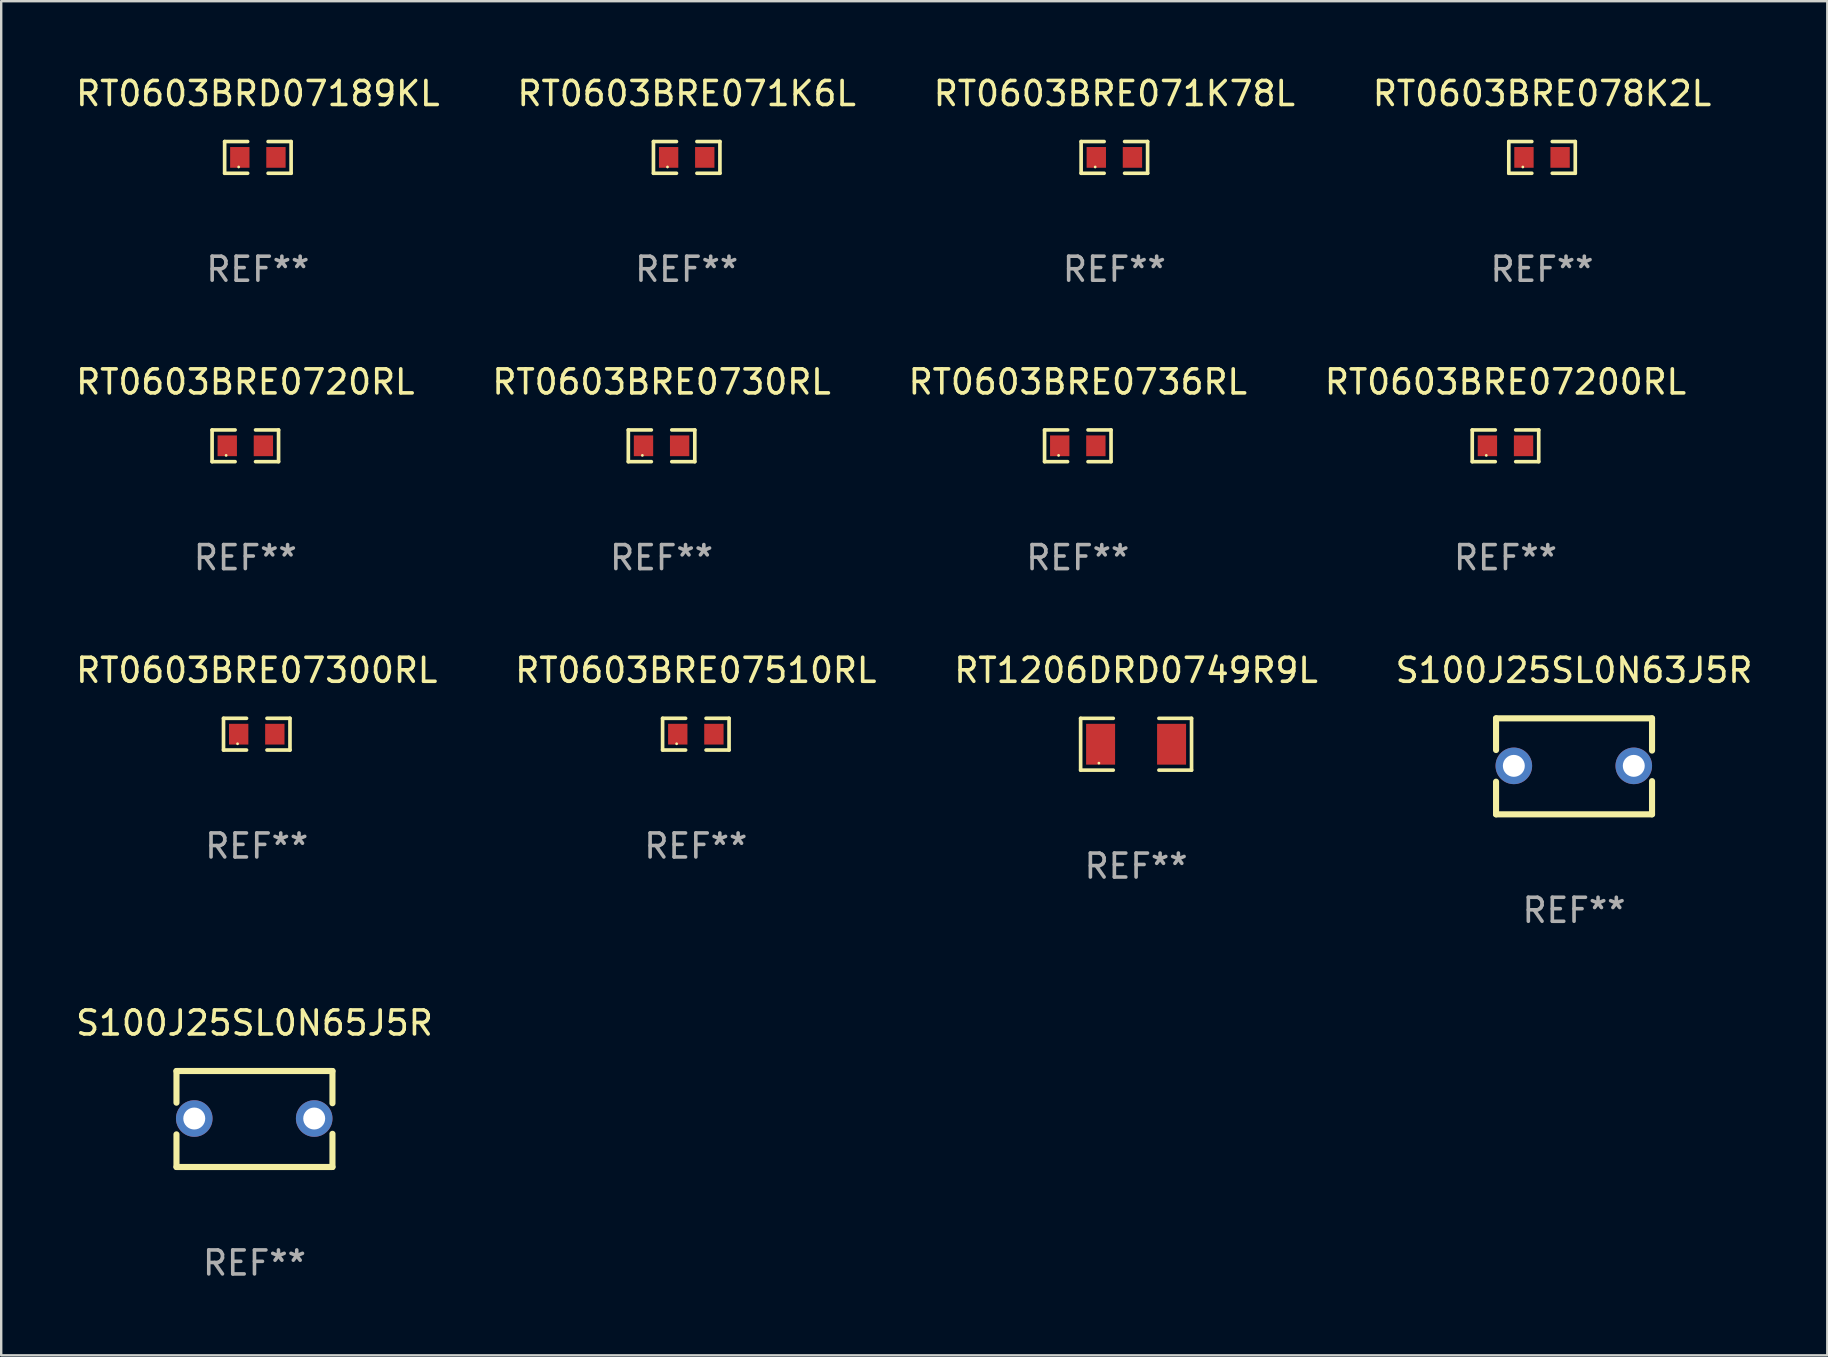
<source format=kicad_pcb>
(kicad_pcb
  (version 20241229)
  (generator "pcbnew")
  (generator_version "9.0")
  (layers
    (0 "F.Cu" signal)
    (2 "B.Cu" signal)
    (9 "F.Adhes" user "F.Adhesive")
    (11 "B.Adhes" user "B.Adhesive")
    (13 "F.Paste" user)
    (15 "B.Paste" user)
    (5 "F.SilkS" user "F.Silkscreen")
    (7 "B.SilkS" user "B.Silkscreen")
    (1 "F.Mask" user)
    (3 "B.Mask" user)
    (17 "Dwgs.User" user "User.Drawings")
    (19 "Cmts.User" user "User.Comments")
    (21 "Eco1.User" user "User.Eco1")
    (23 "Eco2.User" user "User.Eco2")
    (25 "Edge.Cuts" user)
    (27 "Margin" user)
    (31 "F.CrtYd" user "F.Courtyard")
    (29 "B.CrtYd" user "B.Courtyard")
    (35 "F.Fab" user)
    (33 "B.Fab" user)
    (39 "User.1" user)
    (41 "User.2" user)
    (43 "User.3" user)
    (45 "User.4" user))
  (footprint "RT0603BRE071K78L"
    (layer "F.Cu")
    (at 43.387 3.509)
    (property "Reference" "RT0603BRE071K78L" (at 0 -2.661 0) (layer "F.SilkS") (effects (font (size 1 1) (thickness 0.15))))
    (attr through_hole)
    (fp_line (start -1.385 -0.661) (end -0.426 -0.661) (stroke (width 0.152) (type solid)) (layer "F.SilkS"))
    (fp_line (start -1.385 0.661) (end -1.385 -0.661) (stroke (width 0.152) (type solid)) (layer "F.SilkS"))
    (fp_line (start -0.426 0.661) (end -1.385 0.661) (stroke (width 0.152) (type solid)) (layer "F.SilkS"))
    (fp_line (start 0.426 0.661) (end 1.385 0.661) (stroke (width 0.152) (type solid)) (layer "F.SilkS"))
    (fp_line (start 1.385 -0.661) (end 0.426 -0.661) (stroke (width 0.152) (type solid)) (layer "F.SilkS"))
    (fp_line (start 1.385 0.661) (end 1.385 -0.661) (stroke (width 0.152) (type solid)) (layer "F.SilkS"))
    (fp_circle (center -0.8 0.4) (end -0.77 0.4) (stroke (width 0.06) (type solid)) (fill no) (layer "F.SilkS"))
    (fp_text user "REF**" (at 0 4.661 0) (layer "F.Fab") (effects (font (size 1 1) (thickness 0.15))))
    (pad "1" smd rect (at -0.753 0) (size 0.806 0.864) (layers "F.Cu" "F.Mask" "F.Paste"))
    (pad "2" smd rect (at 0.753 0) (size 0.806 0.864) (layers "F.Cu" "F.Mask" "F.Paste")))
  (footprint "RT1206DRD0749R9L"
    (layer "F.Cu")
    (at 44.292 27.963)
    (property "Reference" "RT1206DRD0749R9L" (at 0 -3.079 0) (layer "F.SilkS") (effects (font (size 1 1) (thickness 0.15))))
    (attr through_hole)
    (fp_line (start -2.311 -1.079) (end -0.951 -1.079) (stroke (width 0.152) (type solid)) (layer "F.SilkS"))
    (fp_line (start -2.311 1.079) (end -2.311 -1.079) (stroke (width 0.152) (type solid)) (layer "F.SilkS"))
    (fp_line (start -0.951 1.079) (end -2.311 1.079) (stroke (width 0.152) (type solid)) (layer "F.SilkS"))
    (fp_line (start 0.951 1.079) (end 2.311 1.079) (stroke (width 0.152) (type solid)) (layer "F.SilkS"))
    (fp_line (start 2.311 -1.079) (end 0.951 -1.079) (stroke (width 0.152) (type solid)) (layer "F.SilkS"))
    (fp_line (start 2.311 1.079) (end 2.311 -1.079) (stroke (width 0.152) (type solid)) (layer "F.SilkS"))
    (fp_circle (center -1.55 0.787) (end -1.52 0.787) (stroke (width 0.06) (type solid)) (fill no) (layer "F.SilkS"))
    (fp_text user "REF**" (at 0 5.079 0) (layer "F.Fab") (effects (font (size 1 1) (thickness 0.15))))
    (pad "1" smd rect (at -1.479 0) (size 1.208 1.701) (layers "F.Cu" "F.Mask" "F.Paste"))
    (pad "2" smd rect (at 1.479 0) (size 1.208 1.701) (layers "F.Cu" "F.Mask" "F.Paste")))
  (footprint "S100J25SL0N63J5R"
    (layer "F.Cu")
    (at 62.542 28.884)
    (property "Reference" "S100J25SL0N63J5R" (at 0 -4 0) (layer "F.SilkS") (effects (font (size 1 1) (thickness 0.15))))
    (attr through_hole)
    (fp_line (start -3.25 -2) (end -3.25 -0.68) (stroke (width 0.254) (type solid)) (layer "F.SilkS"))
    (fp_line (start -3.25 -2) (end 3.25 -2) (stroke (width 0.254) (type solid)) (layer "F.SilkS"))
    (fp_line (start -3.25 0.64) (end -3.25 2) (stroke (width 0.254) (type solid)) (layer "F.SilkS"))
    (fp_line (start 3.25 -2) (end 3.25 -0.657) (stroke (width 0.254) (type solid)) (layer "F.SilkS"))
    (fp_line (start 3.25 0.617) (end 3.25 2) (stroke (width 0.254) (type solid)) (layer "F.SilkS"))
    (fp_line (start 3.25 2) (end -3.25 2) (stroke (width 0.254) (type solid)) (layer "F.SilkS"))
    (fp_circle (center -3.26 1.98) (end -3.23 1.98) (stroke (width 0.06) (type solid)) (fill no) (layer "F.SilkS"))
    (fp_text user "REF**" (at 0 6 0) (layer "F.Fab") (effects (font (size 1 1) (thickness 0.15))))
    (pad "1" thru_hole circle (at -2.509 -0.02) (size 1.524 1.524) (drill 0.914) (layers "*.Cu" "*.Mask"))
    (pad "2" thru_hole circle (at 2.489 -0.02) (size 1.524 1.524) (drill 0.914) (layers "*.Cu" "*.Mask")))
  (footprint "S100J25SL0N65J5R"
    (layer "F.Cu")
    (at 7.554 43.58)
    (property "Reference" "S100J25SL0N65J5R" (at 0 -4 0) (layer "F.SilkS") (effects (font (size 1 1) (thickness 0.15))))
    (attr through_hole)
    (fp_line (start -3.25 -2) (end -3.25 -0.68) (stroke (width 0.254) (type solid)) (layer "F.SilkS"))
    (fp_line (start -3.25 -2) (end 3.25 -2) (stroke (width 0.254) (type solid)) (layer "F.SilkS"))
    (fp_line (start -3.25 0.64) (end -3.25 2) (stroke (width 0.254) (type solid)) (layer "F.SilkS"))
    (fp_line (start 3.25 -2) (end 3.25 -0.657) (stroke (width 0.254) (type solid)) (layer "F.SilkS"))
    (fp_line (start 3.25 0.617) (end 3.25 2) (stroke (width 0.254) (type solid)) (layer "F.SilkS"))
    (fp_line (start 3.25 2) (end -3.25 2) (stroke (width 0.254) (type solid)) (layer "F.SilkS"))
    (fp_circle (center -3.26 1.98) (end -3.23 1.98) (stroke (width 0.06) (type solid)) (fill no) (layer "F.SilkS"))
    (fp_text user "REF**" (at 0 6 0) (layer "F.Fab") (effects (font (size 1 1) (thickness 0.15))))
    (pad "1" thru_hole circle (at -2.509 -0.02) (size 1.524 1.524) (drill 0.914) (layers "*.Cu" "*.Mask"))
    (pad "2" thru_hole circle (at 2.489 -0.02) (size 1.524 1.524) (drill 0.914) (layers "*.Cu" "*.Mask")))
  (footprint "RT0603BRE0720RL"
    (layer "F.Cu")
    (at 7.173 15.527)
    (property "Reference" "RT0603BRE0720RL" (at 0 -2.661 0) (layer "F.SilkS") (effects (font (size 1 1) (thickness 0.15))))
    (attr through_hole)
    (fp_line (start -1.385 -0.661) (end -0.426 -0.661) (stroke (width 0.152) (type solid)) (layer "F.SilkS"))
    (fp_line (start -1.385 0.661) (end -1.385 -0.661) (stroke (width 0.152) (type solid)) (layer "F.SilkS"))
    (fp_line (start -0.426 0.661) (end -1.385 0.661) (stroke (width 0.152) (type solid)) (layer "F.SilkS"))
    (fp_line (start 0.426 0.661) (end 1.385 0.661) (stroke (width 0.152) (type solid)) (layer "F.SilkS"))
    (fp_line (start 1.385 -0.661) (end 0.426 -0.661) (stroke (width 0.152) (type solid)) (layer "F.SilkS"))
    (fp_line (start 1.385 0.661) (end 1.385 -0.661) (stroke (width 0.152) (type solid)) (layer "F.SilkS"))
    (fp_circle (center -0.8 0.4) (end -0.77 0.4) (stroke (width 0.06) (type solid)) (fill no) (layer "F.SilkS"))
    (fp_text user "REF**" (at 0 4.661 0) (layer "F.Fab") (effects (font (size 1 1) (thickness 0.15))))
    (pad "1" smd rect (at -0.753 0) (size 0.806 0.864) (layers "F.Cu" "F.Mask" "F.Paste"))
    (pad "2" smd rect (at 0.753 0) (size 0.806 0.864) (layers "F.Cu" "F.Mask" "F.Paste")))
  (footprint "RT0603BRE0730RL"
    (layer "F.Cu")
    (at 24.518 15.527)
    (property "Reference" "RT0603BRE0730RL" (at 0 -2.661 0) (layer "F.SilkS") (effects (font (size 1 1) (thickness 0.15))))
    (attr through_hole)
    (fp_line (start -1.385 -0.661) (end -0.426 -0.661) (stroke (width 0.152) (type solid)) (layer "F.SilkS"))
    (fp_line (start -1.385 0.661) (end -1.385 -0.661) (stroke (width 0.152) (type solid)) (layer "F.SilkS"))
    (fp_line (start -0.426 0.661) (end -1.385 0.661) (stroke (width 0.152) (type solid)) (layer "F.SilkS"))
    (fp_line (start 0.426 0.661) (end 1.385 0.661) (stroke (width 0.152) (type solid)) (layer "F.SilkS"))
    (fp_line (start 1.385 -0.661) (end 0.426 -0.661) (stroke (width 0.152) (type solid)) (layer "F.SilkS"))
    (fp_line (start 1.385 0.661) (end 1.385 -0.661) (stroke (width 0.152) (type solid)) (layer "F.SilkS"))
    (fp_circle (center -0.8 0.4) (end -0.77 0.4) (stroke (width 0.06) (type solid)) (fill no) (layer "F.SilkS"))
    (fp_text user "REF**" (at 0 4.661 0) (layer "F.Fab") (effects (font (size 1 1) (thickness 0.15))))
    (pad "1" smd rect (at -0.753 0) (size 0.806 0.864) (layers "F.Cu" "F.Mask" "F.Paste"))
    (pad "2" smd rect (at 0.753 0) (size 0.806 0.864) (layers "F.Cu" "F.Mask" "F.Paste")))
  (footprint "RT0603BRE07200RL"
    (layer "F.Cu")
    (at 59.685 15.527)
    (property "Reference" "RT0603BRE07200RL" (at 0 -2.661 0) (layer "F.SilkS") (effects (font (size 1 1) (thickness 0.15))))
    (attr through_hole)
    (fp_line (start -1.385 -0.661) (end -0.426 -0.661) (stroke (width 0.152) (type solid)) (layer "F.SilkS"))
    (fp_line (start -1.385 0.661) (end -1.385 -0.661) (stroke (width 0.152) (type solid)) (layer "F.SilkS"))
    (fp_line (start -0.426 0.661) (end -1.385 0.661) (stroke (width 0.152) (type solid)) (layer "F.SilkS"))
    (fp_line (start 0.426 0.661) (end 1.385 0.661) (stroke (width 0.152) (type solid)) (layer "F.SilkS"))
    (fp_line (start 1.385 -0.661) (end 0.426 -0.661) (stroke (width 0.152) (type solid)) (layer "F.SilkS"))
    (fp_line (start 1.385 0.661) (end 1.385 -0.661) (stroke (width 0.152) (type solid)) (layer "F.SilkS"))
    (fp_circle (center -0.8 0.4) (end -0.77 0.4) (stroke (width 0.06) (type solid)) (fill no) (layer "F.SilkS"))
    (fp_text user "REF**" (at 0 4.661 0) (layer "F.Fab") (effects (font (size 1 1) (thickness 0.15))))
    (pad "1" smd rect (at -0.753 0) (size 0.806 0.864) (layers "F.Cu" "F.Mask" "F.Paste"))
    (pad "2" smd rect (at 0.753 0) (size 0.806 0.864) (layers "F.Cu" "F.Mask" "F.Paste")))
  (footprint "RT0603BRE078K2L"
    (layer "F.Cu")
    (at 61.208 3.509)
    (property "Reference" "RT0603BRE078K2L" (at 0 -2.661 0) (layer "F.SilkS") (effects (font (size 1 1) (thickness 0.15))))
    (attr through_hole)
    (fp_line (start -1.385 -0.661) (end -0.426 -0.661) (stroke (width 0.152) (type solid)) (layer "F.SilkS"))
    (fp_line (start -1.385 0.661) (end -1.385 -0.661) (stroke (width 0.152) (type solid)) (layer "F.SilkS"))
    (fp_line (start -0.426 0.661) (end -1.385 0.661) (stroke (width 0.152) (type solid)) (layer "F.SilkS"))
    (fp_line (start 0.426 0.661) (end 1.385 0.661) (stroke (width 0.152) (type solid)) (layer "F.SilkS"))
    (fp_line (start 1.385 -0.661) (end 0.426 -0.661) (stroke (width 0.152) (type solid)) (layer "F.SilkS"))
    (fp_line (start 1.385 0.661) (end 1.385 -0.661) (stroke (width 0.152) (type solid)) (layer "F.SilkS"))
    (fp_circle (center -0.8 0.4) (end -0.77 0.4) (stroke (width 0.06) (type solid)) (fill no) (layer "F.SilkS"))
    (fp_text user "REF**" (at 0 4.661 0) (layer "F.Fab") (effects (font (size 1 1) (thickness 0.15))))
    (pad "1" smd rect (at -0.753 0) (size 0.806 0.864) (layers "F.Cu" "F.Mask" "F.Paste"))
    (pad "2" smd rect (at 0.753 0) (size 0.806 0.864) (layers "F.Cu" "F.Mask" "F.Paste")))
  (footprint "RT0603BRE07510RL"
    (layer "F.Cu")
    (at 25.946 27.544)
    (property "Reference" "RT0603BRE07510RL" (at 0 -2.661 0) (layer "F.SilkS") (effects (font (size 1 1) (thickness 0.15))))
    (attr through_hole)
    (fp_line (start -1.385 -0.661) (end -0.426 -0.661) (stroke (width 0.152) (type solid)) (layer "F.SilkS"))
    (fp_line (start -1.385 0.661) (end -1.385 -0.661) (stroke (width 0.152) (type solid)) (layer "F.SilkS"))
    (fp_line (start -0.426 0.661) (end -1.385 0.661) (stroke (width 0.152) (type solid)) (layer "F.SilkS"))
    (fp_line (start 0.426 0.661) (end 1.385 0.661) (stroke (width 0.152) (type solid)) (layer "F.SilkS"))
    (fp_line (start 1.385 -0.661) (end 0.426 -0.661) (stroke (width 0.152) (type solid)) (layer "F.SilkS"))
    (fp_line (start 1.385 0.661) (end 1.385 -0.661) (stroke (width 0.152) (type solid)) (layer "F.SilkS"))
    (fp_circle (center -0.8 0.4) (end -0.77 0.4) (stroke (width 0.06) (type solid)) (fill no) (layer "F.SilkS"))
    (fp_text user "REF**" (at 0 4.661 0) (layer "F.Fab") (effects (font (size 1 1) (thickness 0.15))))
    (pad "1" smd rect (at -0.753 0) (size 0.806 0.864) (layers "F.Cu" "F.Mask" "F.Paste"))
    (pad "2" smd rect (at 0.753 0) (size 0.806 0.864) (layers "F.Cu" "F.Mask" "F.Paste")))
  (footprint "RT0603BRE07300RL"
    (layer "F.Cu")
    (at 7.649 27.544)
    (property "Reference" "RT0603BRE07300RL" (at 0 -2.661 0) (layer "F.SilkS") (effects (font (size 1 1) (thickness 0.15))))
    (attr through_hole)
    (fp_line (start -1.385 -0.661) (end -0.426 -0.661) (stroke (width 0.152) (type solid)) (layer "F.SilkS"))
    (fp_line (start -1.385 0.661) (end -1.385 -0.661) (stroke (width 0.152) (type solid)) (layer "F.SilkS"))
    (fp_line (start -0.426 0.661) (end -1.385 0.661) (stroke (width 0.152) (type solid)) (layer "F.SilkS"))
    (fp_line (start 0.426 0.661) (end 1.385 0.661) (stroke (width 0.152) (type solid)) (layer "F.SilkS"))
    (fp_line (start 1.385 -0.661) (end 0.426 -0.661) (stroke (width 0.152) (type solid)) (layer "F.SilkS"))
    (fp_line (start 1.385 0.661) (end 1.385 -0.661) (stroke (width 0.152) (type solid)) (layer "F.SilkS"))
    (fp_circle (center -0.8 0.4) (end -0.77 0.4) (stroke (width 0.06) (type solid)) (fill no) (layer "F.SilkS"))
    (fp_text user "REF**" (at 0 4.661 0) (layer "F.Fab") (effects (font (size 1 1) (thickness 0.15))))
    (pad "1" smd rect (at -0.753 0) (size 0.806 0.864) (layers "F.Cu" "F.Mask" "F.Paste"))
    (pad "2" smd rect (at 0.753 0) (size 0.806 0.864) (layers "F.Cu" "F.Mask" "F.Paste")))
  (footprint "RT0603BRE071K6L"
    (layer "F.Cu")
    (at 25.565 3.509)
    (property "Reference" "RT0603BRE071K6L" (at 0 -2.661 0) (layer "F.SilkS") (effects (font (size 1 1) (thickness 0.15))))
    (attr through_hole)
    (fp_line (start -1.385 -0.661) (end -0.426 -0.661) (stroke (width 0.152) (type solid)) (layer "F.SilkS"))
    (fp_line (start -1.385 0.661) (end -1.385 -0.661) (stroke (width 0.152) (type solid)) (layer "F.SilkS"))
    (fp_line (start -0.426 0.661) (end -1.385 0.661) (stroke (width 0.152) (type solid)) (layer "F.SilkS"))
    (fp_line (start 0.426 0.661) (end 1.385 0.661) (stroke (width 0.152) (type solid)) (layer "F.SilkS"))
    (fp_line (start 1.385 -0.661) (end 0.426 -0.661) (stroke (width 0.152) (type solid)) (layer "F.SilkS"))
    (fp_line (start 1.385 0.661) (end 1.385 -0.661) (stroke (width 0.152) (type solid)) (layer "F.SilkS"))
    (fp_circle (center -0.8 0.4) (end -0.77 0.4) (stroke (width 0.06) (type solid)) (fill no) (layer "F.SilkS"))
    (fp_text user "REF**" (at 0 4.661 0) (layer "F.Fab") (effects (font (size 1 1) (thickness 0.15))))
    (pad "1" smd rect (at -0.753 0) (size 0.806 0.864) (layers "F.Cu" "F.Mask" "F.Paste"))
    (pad "2" smd rect (at 0.753 0) (size 0.806 0.864) (layers "F.Cu" "F.Mask" "F.Paste")))
  (footprint "RT0603BRE0736RL"
    (layer "F.Cu")
    (at 41.863 15.527)
    (property "Reference" "RT0603BRE0736RL" (at 0 -2.661 0) (layer "F.SilkS") (effects (font (size 1 1) (thickness 0.15))))
    (attr through_hole)
    (fp_line (start -1.385 -0.661) (end -0.426 -0.661) (stroke (width 0.152) (type solid)) (layer "F.SilkS"))
    (fp_line (start -1.385 0.661) (end -1.385 -0.661) (stroke (width 0.152) (type solid)) (layer "F.SilkS"))
    (fp_line (start -0.426 0.661) (end -1.385 0.661) (stroke (width 0.152) (type solid)) (layer "F.SilkS"))
    (fp_line (start 0.426 0.661) (end 1.385 0.661) (stroke (width 0.152) (type solid)) (layer "F.SilkS"))
    (fp_line (start 1.385 -0.661) (end 0.426 -0.661) (stroke (width 0.152) (type solid)) (layer "F.SilkS"))
    (fp_line (start 1.385 0.661) (end 1.385 -0.661) (stroke (width 0.152) (type solid)) (layer "F.SilkS"))
    (fp_circle (center -0.8 0.4) (end -0.77 0.4) (stroke (width 0.06) (type solid)) (fill no) (layer "F.SilkS"))
    (fp_text user "REF**" (at 0 4.661 0) (layer "F.Fab") (effects (font (size 1 1) (thickness 0.15))))
    (pad "1" smd rect (at -0.753 0) (size 0.806 0.864) (layers "F.Cu" "F.Mask" "F.Paste"))
    (pad "2" smd rect (at 0.753 0) (size 0.806 0.864) (layers "F.Cu" "F.Mask" "F.Paste")))
  (footprint "RT0603BRD07189KL"
    (layer "F.Cu")
    (at 7.696 3.509)
    (property "Reference" "RT0603BRD07189KL" (at 0 -2.661 0) (layer "F.SilkS") (effects (font (size 1 1) (thickness 0.15))))
    (attr through_hole)
    (fp_line (start -1.385 -0.661) (end -0.426 -0.661) (stroke (width 0.152) (type solid)) (layer "F.SilkS"))
    (fp_line (start -1.385 0.661) (end -1.385 -0.661) (stroke (width 0.152) (type solid)) (layer "F.SilkS"))
    (fp_line (start -0.426 0.661) (end -1.385 0.661) (stroke (width 0.152) (type solid)) (layer "F.SilkS"))
    (fp_line (start 0.426 0.661) (end 1.385 0.661) (stroke (width 0.152) (type solid)) (layer "F.SilkS"))
    (fp_line (start 1.385 -0.661) (end 0.426 -0.661) (stroke (width 0.152) (type solid)) (layer "F.SilkS"))
    (fp_line (start 1.385 0.661) (end 1.385 -0.661) (stroke (width 0.152) (type solid)) (layer "F.SilkS"))
    (fp_circle (center -0.8 0.4) (end -0.77 0.4) (stroke (width 0.06) (type solid)) (fill no) (layer "F.SilkS"))
    (fp_text user "REF**" (at 0 4.661 0) (layer "F.Fab") (effects (font (size 1 1) (thickness 0.15))))
    (pad "1" smd rect (at -0.753 0) (size 0.806 0.864) (layers "F.Cu" "F.Mask" "F.Paste"))
    (pad "2" smd rect (at 0.753 0) (size 0.806 0.864) (layers "F.Cu" "F.Mask" "F.Paste")))
  (gr_rect
    (start -3 -3)
    (end 73.095 53.428)
    (stroke (width 0.1) (type default))
    (fill no)
    (layer "Edge.Cuts")))
</source>
